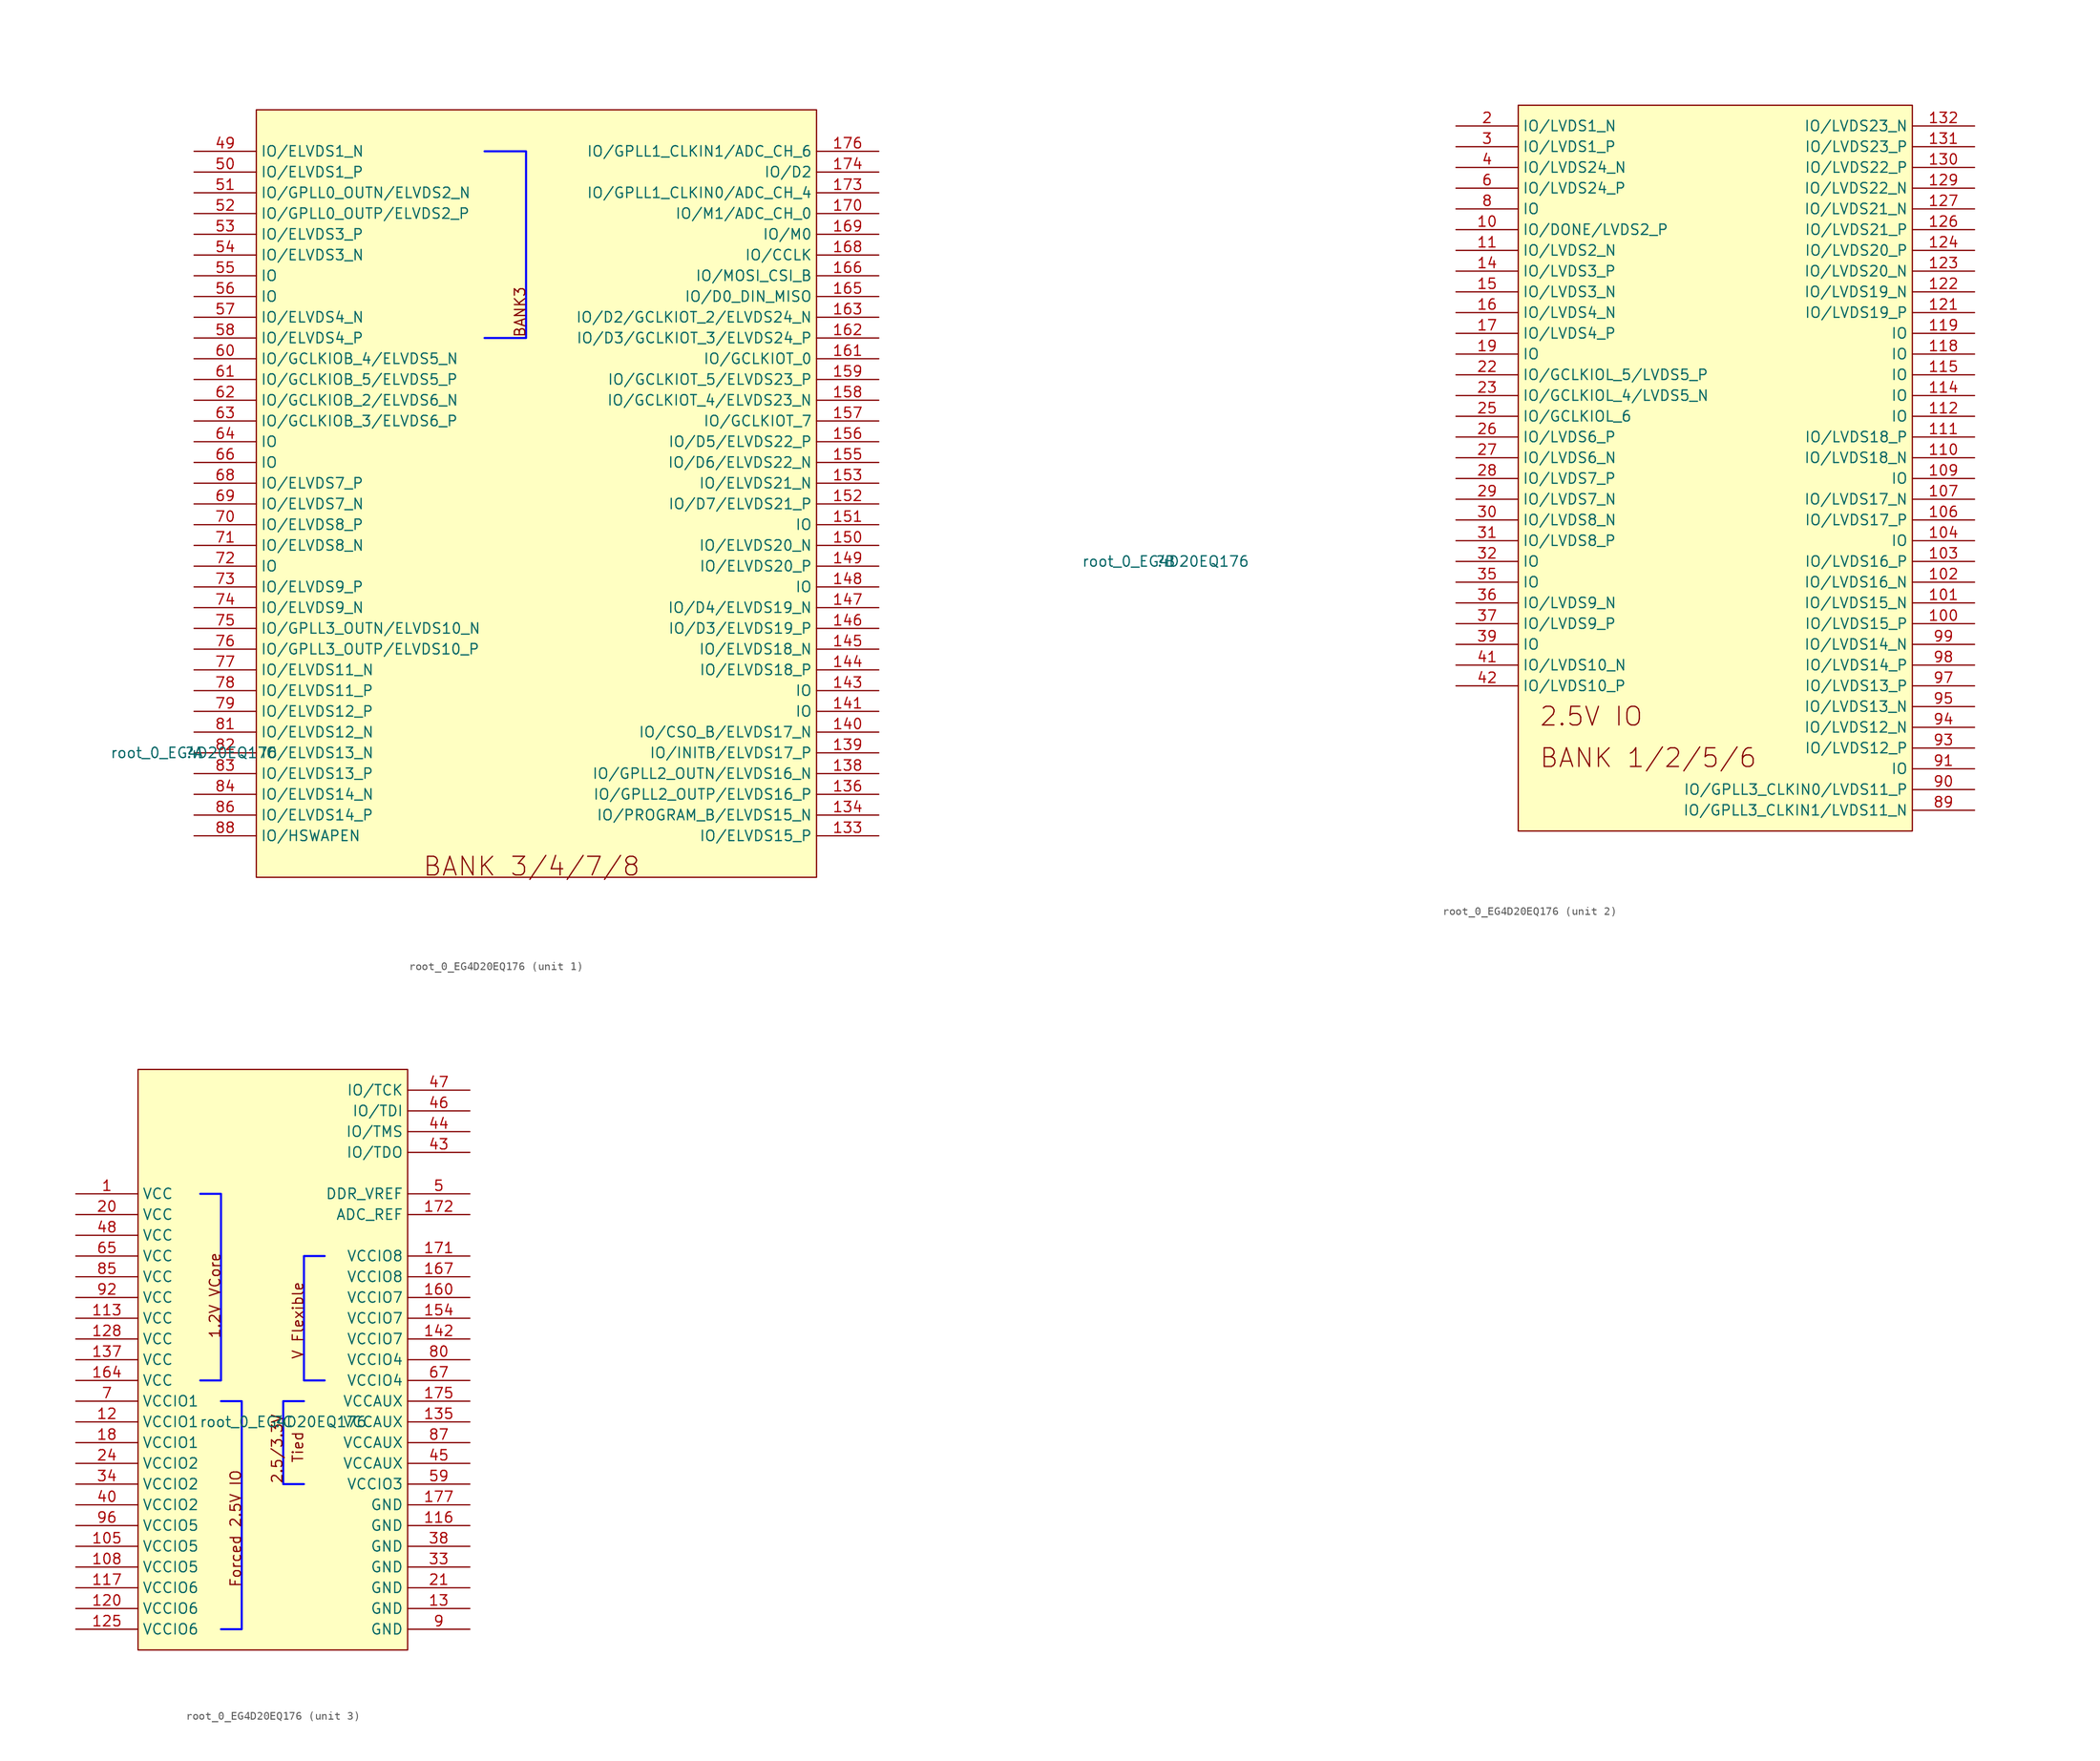
<source format=kicad_sym>
(kicad_symbol_lib
  (version 20220914)
  (generator kicad_symbol_editor)
  (symbol "root_0_EG4D20EQ176"
    (property "Reference" ""
      (at 0 0 0)
      (effects (font (size 1.27 1.27))))
    (property "Value" "root_0_EG4D20EQ176"
      (at 0 0 0)
      (effects (font (size 1.27 1.27))))
    (symbol "root_0_EG4D20EQ176_1_0"
      (polyline (pts (xy 35.56 73.66) (xy 40.64 73.66) (xy 40.64 50.8) (xy 35.56 50.8)) (stroke (width 0.254) (type solid) (color 0 0 255 1)) (fill (type none)))
      (rectangle (start 76.2 78.74) (end 7.62 -15.24) (stroke (width 0) (type solid)) (fill (type background)))
      (text "BANK 3/4/7/8" (at 27.94 -15.24 0) (effects (font (size 2.286 2.286)) (justify left bottom)))
      (text "BANK3" (at 40.64 50.8 900) (effects (font (size 1.27 1.27)) (justify left bottom)))
      (pin passive line (at 83.82 -10.16 180) (length 7.62) (name "IO/ELVDS15_P" (effects (font (size 1.27 1.27)))) (number "133" (effects (font (size 1.27 1.27)))))
      (pin passive line (at 83.82 -7.62 180) (length 7.62) (name "IO/PROGRAM_B/ELVDS15_N" (effects (font (size 1.27 1.27)))) (number "134" (effects (font (size 1.27 1.27)))))
      (pin passive line (at 83.82 -5.08 180) (length 7.62) (name "IO/GPLL2_OUTP/ELVDS16_P" (effects (font (size 1.27 1.27)))) (number "136" (effects (font (size 1.27 1.27)))))
      (pin passive line (at 83.82 -2.54 180) (length 7.62) (name "IO/GPLL2_OUTN/ELVDS16_N" (effects (font (size 1.27 1.27)))) (number "138" (effects (font (size 1.27 1.27)))))
      (pin passive line (at 83.82 0 180) (length 7.62) (name "IO/INITB/ELVDS17_P" (effects (font (size 1.27 1.27)))) (number "139" (effects (font (size 1.27 1.27)))))
      (pin passive line (at 83.82 2.54 180) (length 7.62) (name "IO/CSO_B/ELVDS17_N" (effects (font (size 1.27 1.27)))) (number "140" (effects (font (size 1.27 1.27)))))
      (pin passive line (at 83.82 5.08 180) (length 7.62) (name "IO" (effects (font (size 1.27 1.27)))) (number "141" (effects (font (size 1.27 1.27)))))
      (pin passive line (at 83.82 7.62 180) (length 7.62) (name "IO" (effects (font (size 1.27 1.27)))) (number "143" (effects (font (size 1.27 1.27)))))
      (pin passive line (at 83.82 10.16 180) (length 7.62) (name "IO/ELVDS18_P" (effects (font (size 1.27 1.27)))) (number "144" (effects (font (size 1.27 1.27)))))
      (pin passive line (at 83.82 12.7 180) (length 7.62) (name "IO/ELVDS18_N" (effects (font (size 1.27 1.27)))) (number "145" (effects (font (size 1.27 1.27)))))
      (pin passive line (at 83.82 15.24 180) (length 7.62) (name "IO/D3/ELVDS19_P" (effects (font (size 1.27 1.27)))) (number "146" (effects (font (size 1.27 1.27)))))
      (pin passive line (at 83.82 17.78 180) (length 7.62) (name "IO/D4/ELVDS19_N" (effects (font (size 1.27 1.27)))) (number "147" (effects (font (size 1.27 1.27)))))
      (pin passive line (at 83.82 20.32 180) (length 7.62) (name "IO" (effects (font (size 1.27 1.27)))) (number "148" (effects (font (size 1.27 1.27)))))
      (pin passive line (at 83.82 22.86 180) (length 7.62) (name "IO/ELVDS20_P" (effects (font (size 1.27 1.27)))) (number "149" (effects (font (size 1.27 1.27)))))
      (pin passive line (at 83.82 25.4 180) (length 7.62) (name "IO/ELVDS20_N" (effects (font (size 1.27 1.27)))) (number "150" (effects (font (size 1.27 1.27)))))
      (pin passive line (at 83.82 27.94 180) (length 7.62) (name "IO" (effects (font (size 1.27 1.27)))) (number "151" (effects (font (size 1.27 1.27)))))
      (pin passive line (at 83.82 30.48 180) (length 7.62) (name "IO/D7/ELVDS21_P" (effects (font (size 1.27 1.27)))) (number "152" (effects (font (size 1.27 1.27)))))
      (pin passive line (at 83.82 33.02 180) (length 7.62) (name "IO/ELVDS21_N" (effects (font (size 1.27 1.27)))) (number "153" (effects (font (size 1.27 1.27)))))
      (pin passive line (at 83.82 35.56 180) (length 7.62) (name "IO/D6/ELVDS22_N" (effects (font (size 1.27 1.27)))) (number "155" (effects (font (size 1.27 1.27)))))
      (pin passive line (at 83.82 38.1 180) (length 7.62) (name "IO/D5/ELVDS22_P" (effects (font (size 1.27 1.27)))) (number "156" (effects (font (size 1.27 1.27)))))
      (pin passive line (at 83.82 40.64 180) (length 7.62) (name "IO/GCLKIOT_7" (effects (font (size 1.27 1.27)))) (number "157" (effects (font (size 1.27 1.27)))))
      (pin passive line (at 83.82 43.18 180) (length 7.62) (name "IO/GCLKIOT_4/ELVDS23_N" (effects (font (size 1.27 1.27)))) (number "158" (effects (font (size 1.27 1.27)))))
      (pin passive line (at 83.82 45.72 180) (length 7.62) (name "IO/GCLKIOT_5/ELVDS23_P" (effects (font (size 1.27 1.27)))) (number "159" (effects (font (size 1.27 1.27)))))
      (pin passive line (at 83.82 48.26 180) (length 7.62) (name "IO/GCLKIOT_0" (effects (font (size 1.27 1.27)))) (number "161" (effects (font (size 1.27 1.27)))))
      (pin passive line (at 83.82 50.8 180) (length 7.62) (name "IO/D3/GCLKIOT_3/ELVDS24_P" (effects (font (size 1.27 1.27)))) (number "162" (effects (font (size 1.27 1.27)))))
      (pin passive line (at 83.82 53.34 180) (length 7.62) (name "IO/D2/GCLKIOT_2/ELVDS24_N" (effects (font (size 1.27 1.27)))) (number "163" (effects (font (size 1.27 1.27)))))
      (pin passive line (at 83.82 55.88 180) (length 7.62) (name "IO/D0_DIN_MISO" (effects (font (size 1.27 1.27)))) (number "165" (effects (font (size 1.27 1.27)))))
      (pin passive line (at 83.82 58.42 180) (length 7.62) (name "IO/MOSI_CSI_B" (effects (font (size 1.27 1.27)))) (number "166" (effects (font (size 1.27 1.27)))))
      (pin passive line (at 83.82 60.96 180) (length 7.62) (name "IO/CCLK" (effects (font (size 1.27 1.27)))) (number "168" (effects (font (size 1.27 1.27)))))
      (pin passive line (at 83.82 63.5 180) (length 7.62) (name "IO/M0" (effects (font (size 1.27 1.27)))) (number "169" (effects (font (size 1.27 1.27)))))
      (pin passive line (at 83.82 66.04 180) (length 7.62) (name "IO/M1/ADC_CH_0" (effects (font (size 1.27 1.27)))) (number "170" (effects (font (size 1.27 1.27)))))
      (pin passive line (at 83.82 68.58 180) (length 7.62) (name "IO/GPLL1_CLKIN0/ADC_CH_4" (effects (font (size 1.27 1.27)))) (number "173" (effects (font (size 1.27 1.27)))))
      (pin passive line (at 83.82 71.12 180) (length 7.62) (name "IO/D2" (effects (font (size 1.27 1.27)))) (number "174" (effects (font (size 1.27 1.27)))))
      (pin passive line (at 83.82 73.66 180) (length 7.62) (name "IO/GPLL1_CLKIN1/ADC_CH_6" (effects (font (size 1.27 1.27)))) (number "176" (effects (font (size 1.27 1.27)))))
      (pin passive line (at 0 73.66 0) (length 7.62) (name "IO/ELVDS1_N" (effects (font (size 1.27 1.27)))) (number "49" (effects (font (size 1.27 1.27)))))
      (pin passive line (at 0 71.12 0) (length 7.62) (name "IO/ELVDS1_P" (effects (font (size 1.27 1.27)))) (number "50" (effects (font (size 1.27 1.27)))))
      (pin passive line (at 0 68.58 0) (length 7.62) (name "IO/GPLL0_OUTN/ELVDS2_N" (effects (font (size 1.27 1.27)))) (number "51" (effects (font (size 1.27 1.27)))))
      (pin passive line (at 0 66.04 0) (length 7.62) (name "IO/GPLL0_OUTP/ELVDS2_P" (effects (font (size 1.27 1.27)))) (number "52" (effects (font (size 1.27 1.27)))))
      (pin passive line (at 0 63.5 0) (length 7.62) (name "IO/ELVDS3_P" (effects (font (size 1.27 1.27)))) (number "53" (effects (font (size 1.27 1.27)))))
      (pin passive line (at 0 60.96 0) (length 7.62) (name "IO/ELVDS3_N" (effects (font (size 1.27 1.27)))) (number "54" (effects (font (size 1.27 1.27)))))
      (pin passive line (at 0 58.42 0) (length 7.62) (name "IO" (effects (font (size 1.27 1.27)))) (number "55" (effects (font (size 1.27 1.27)))))
      (pin passive line (at 0 55.88 0) (length 7.62) (name "IO" (effects (font (size 1.27 1.27)))) (number "56" (effects (font (size 1.27 1.27)))))
      (pin passive line (at 0 53.34 0) (length 7.62) (name "IO/ELVDS4_N" (effects (font (size 1.27 1.27)))) (number "57" (effects (font (size 1.27 1.27)))))
      (pin passive line (at 0 50.8 0) (length 7.62) (name "IO/ELVDS4_P" (effects (font (size 1.27 1.27)))) (number "58" (effects (font (size 1.27 1.27)))))
      (pin passive line (at 0 48.26 0) (length 7.62) (name "IO/GCLKIOB_4/ELVDS5_N" (effects (font (size 1.27 1.27)))) (number "60" (effects (font (size 1.27 1.27)))))
      (pin passive line (at 0 45.72 0) (length 7.62) (name "IO/GCLKIOB_5/ELVDS5_P" (effects (font (size 1.27 1.27)))) (number "61" (effects (font (size 1.27 1.27)))))
      (pin passive line (at 0 43.18 0) (length 7.62) (name "IO/GCLKIOB_2/ELVDS6_N" (effects (font (size 1.27 1.27)))) (number "62" (effects (font (size 1.27 1.27)))))
      (pin passive line (at 0 40.64 0) (length 7.62) (name "IO/GCLKIOB_3/ELVDS6_P" (effects (font (size 1.27 1.27)))) (number "63" (effects (font (size 1.27 1.27)))))
      (pin passive line (at 0 38.1 0) (length 7.62) (name "IO" (effects (font (size 1.27 1.27)))) (number "64" (effects (font (size 1.27 1.27)))))
      (pin passive line (at 0 35.56 0) (length 7.62) (name "IO" (effects (font (size 1.27 1.27)))) (number "66" (effects (font (size 1.27 1.27)))))
      (pin passive line (at 0 33.02 0) (length 7.62) (name "IO/ELVDS7_P" (effects (font (size 1.27 1.27)))) (number "68" (effects (font (size 1.27 1.27)))))
      (pin passive line (at 0 30.48 0) (length 7.62) (name "IO/ELVDS7_N" (effects (font (size 1.27 1.27)))) (number "69" (effects (font (size 1.27 1.27)))))
      (pin passive line (at 0 27.94 0) (length 7.62) (name "IO/ELVDS8_P" (effects (font (size 1.27 1.27)))) (number "70" (effects (font (size 1.27 1.27)))))
      (pin passive line (at 0 25.4 0) (length 7.62) (name "IO/ELVDS8_N" (effects (font (size 1.27 1.27)))) (number "71" (effects (font (size 1.27 1.27)))))
      (pin passive line (at 0 22.86 0) (length 7.62) (name "IO" (effects (font (size 1.27 1.27)))) (number "72" (effects (font (size 1.27 1.27)))))
      (pin passive line (at 0 20.32 0) (length 7.62) (name "IO/ELVDS9_P" (effects (font (size 1.27 1.27)))) (number "73" (effects (font (size 1.27 1.27)))))
      (pin passive line (at 0 17.78 0) (length 7.62) (name "IO/ELVDS9_N" (effects (font (size 1.27 1.27)))) (number "74" (effects (font (size 1.27 1.27)))))
      (pin passive line (at 0 15.24 0) (length 7.62) (name "IO/GPLL3_OUTN/ELVDS10_N" (effects (font (size 1.27 1.27)))) (number "75" (effects (font (size 1.27 1.27)))))
      (pin passive line (at 0 12.7 0) (length 7.62) (name "IO/GPLL3_OUTP/ELVDS10_P" (effects (font (size 1.27 1.27)))) (number "76" (effects (font (size 1.27 1.27)))))
      (pin passive line (at 0 10.16 0) (length 7.62) (name "IO/ELVDS11_N" (effects (font (size 1.27 1.27)))) (number "77" (effects (font (size 1.27 1.27)))))
      (pin passive line (at 0 7.62 0) (length 7.62) (name "IO/ELVDS11_P" (effects (font (size 1.27 1.27)))) (number "78" (effects (font (size 1.27 1.27)))))
      (pin passive line (at 0 5.08 0) (length 7.62) (name "IO/ELVDS12_P" (effects (font (size 1.27 1.27)))) (number "79" (effects (font (size 1.27 1.27)))))
      (pin passive line (at 0 2.54 0) (length 7.62) (name "IO/ELVDS12_N" (effects (font (size 1.27 1.27)))) (number "81" (effects (font (size 1.27 1.27)))))
      (pin passive line (at 0 0 0) (length 7.62) (name "IO/ELVDS13_N" (effects (font (size 1.27 1.27)))) (number "82" (effects (font (size 1.27 1.27)))))
      (pin passive line (at 0 -2.54 0) (length 7.62) (name "IO/ELVDS13_P" (effects (font (size 1.27 1.27)))) (number "83" (effects (font (size 1.27 1.27)))))
      (pin passive line (at 0 -5.08 0) (length 7.62) (name "IO/ELVDS14_N" (effects (font (size 1.27 1.27)))) (number "84" (effects (font (size 1.27 1.27)))))
      (pin passive line (at 0 -7.62 0) (length 7.62) (name "IO/ELVDS14_P" (effects (font (size 1.27 1.27)))) (number "86" (effects (font (size 1.27 1.27)))))
      (pin passive line (at 0 -10.16 0) (length 7.62) (name "IO/HSWAPEN" (effects (font (size 1.27 1.27)))) (number "88" (effects (font (size 1.27 1.27))))))
    (symbol "root_0_EG4D20EQ176_2_0"
      (rectangle (start 91.44 55.88) (end 43.18 -33.02) (stroke (width 0) (type solid)) (fill (type background)))
      (text "2.5V IO" (at 45.72 -20.32 0) (effects (font (size 2.286 2.286)) (justify left bottom)))
      (text "BANK 1/2/5/6" (at 45.72 -25.4 0) (effects (font (size 2.286 2.286)) (justify left bottom)))
      (pin passive line (at 35.56 40.64 0) (length 7.62) (name "IO/DONE/LVDS2_P" (effects (font (size 1.27 1.27)))) (number "10" (effects (font (size 1.27 1.27)))))
      (pin passive line (at 99.06 -7.62 180) (length 7.62) (name "IO/LVDS15_P" (effects (font (size 1.27 1.27)))) (number "100" (effects (font (size 1.27 1.27)))))
      (pin passive line (at 99.06 -5.08 180) (length 7.62) (name "IO/LVDS15_N" (effects (font (size 1.27 1.27)))) (number "101" (effects (font (size 1.27 1.27)))))
      (pin passive line (at 99.06 -2.54 180) (length 7.62) (name "IO/LVDS16_N" (effects (font (size 1.27 1.27)))) (number "102" (effects (font (size 1.27 1.27)))))
      (pin passive line (at 99.06 0 180) (length 7.62) (name "IO/LVDS16_P" (effects (font (size 1.27 1.27)))) (number "103" (effects (font (size 1.27 1.27)))))
      (pin passive line (at 99.06 2.54 180) (length 7.62) (name "IO" (effects (font (size 1.27 1.27)))) (number "104" (effects (font (size 1.27 1.27)))))
      (pin passive line (at 99.06 5.08 180) (length 7.62) (name "IO/LVDS17_P" (effects (font (size 1.27 1.27)))) (number "106" (effects (font (size 1.27 1.27)))))
      (pin passive line (at 99.06 7.62 180) (length 7.62) (name "IO/LVDS17_N" (effects (font (size 1.27 1.27)))) (number "107" (effects (font (size 1.27 1.27)))))
      (pin passive line (at 99.06 10.16 180) (length 7.62) (name "IO" (effects (font (size 1.27 1.27)))) (number "109" (effects (font (size 1.27 1.27)))))
      (pin passive line (at 35.56 38.1 0) (length 7.62) (name "IO/LVDS2_N" (effects (font (size 1.27 1.27)))) (number "11" (effects (font (size 1.27 1.27)))))
      (pin passive line (at 99.06 12.7 180) (length 7.62) (name "IO/LVDS18_N" (effects (font (size 1.27 1.27)))) (number "110" (effects (font (size 1.27 1.27)))))
      (pin passive line (at 99.06 15.24 180) (length 7.62) (name "IO/LVDS18_P" (effects (font (size 1.27 1.27)))) (number "111" (effects (font (size 1.27 1.27)))))
      (pin passive line (at 99.06 17.78 180) (length 7.62) (name "IO" (effects (font (size 1.27 1.27)))) (number "112" (effects (font (size 1.27 1.27)))))
      (pin passive line (at 99.06 20.32 180) (length 7.62) (name "IO" (effects (font (size 1.27 1.27)))) (number "114" (effects (font (size 1.27 1.27)))))
      (pin passive line (at 99.06 22.86 180) (length 7.62) (name "IO" (effects (font (size 1.27 1.27)))) (number "115" (effects (font (size 1.27 1.27)))))
      (pin passive line (at 99.06 25.4 180) (length 7.62) (name "IO" (effects (font (size 1.27 1.27)))) (number "118" (effects (font (size 1.27 1.27)))))
      (pin passive line (at 99.06 27.94 180) (length 7.62) (name "IO" (effects (font (size 1.27 1.27)))) (number "119" (effects (font (size 1.27 1.27)))))
      (pin passive line (at 99.06 30.48 180) (length 7.62) (name "IO/LVDS19_P" (effects (font (size 1.27 1.27)))) (number "121" (effects (font (size 1.27 1.27)))))
      (pin passive line (at 99.06 33.02 180) (length 7.62) (name "IO/LVDS19_N" (effects (font (size 1.27 1.27)))) (number "122" (effects (font (size 1.27 1.27)))))
      (pin passive line (at 99.06 35.56 180) (length 7.62) (name "IO/LVDS20_N" (effects (font (size 1.27 1.27)))) (number "123" (effects (font (size 1.27 1.27)))))
      (pin passive line (at 99.06 38.1 180) (length 7.62) (name "IO/LVDS20_P" (effects (font (size 1.27 1.27)))) (number "124" (effects (font (size 1.27 1.27)))))
      (pin passive line (at 99.06 40.64 180) (length 7.62) (name "IO/LVDS21_P" (effects (font (size 1.27 1.27)))) (number "126" (effects (font (size 1.27 1.27)))))
      (pin passive line (at 99.06 43.18 180) (length 7.62) (name "IO/LVDS21_N" (effects (font (size 1.27 1.27)))) (number "127" (effects (font (size 1.27 1.27)))))
      (pin passive line (at 99.06 45.72 180) (length 7.62) (name "IO/LVDS22_N" (effects (font (size 1.27 1.27)))) (number "129" (effects (font (size 1.27 1.27)))))
      (pin passive line (at 99.06 48.26 180) (length 7.62) (name "IO/LVDS22_P" (effects (font (size 1.27 1.27)))) (number "130" (effects (font (size 1.27 1.27)))))
      (pin passive line (at 99.06 50.8 180) (length 7.62) (name "IO/LVDS23_P" (effects (font (size 1.27 1.27)))) (number "131" (effects (font (size 1.27 1.27)))))
      (pin passive line (at 99.06 53.34 180) (length 7.62) (name "IO/LVDS23_N" (effects (font (size 1.27 1.27)))) (number "132" (effects (font (size 1.27 1.27)))))
      (pin passive line (at 35.56 35.56 0) (length 7.62) (name "IO/LVDS3_P" (effects (font (size 1.27 1.27)))) (number "14" (effects (font (size 1.27 1.27)))))
      (pin passive line (at 35.56 33.02 0) (length 7.62) (name "IO/LVDS3_N" (effects (font (size 1.27 1.27)))) (number "15" (effects (font (size 1.27 1.27)))))
      (pin passive line (at 35.56 30.48 0) (length 7.62) (name "IO/LVDS4_N" (effects (font (size 1.27 1.27)))) (number "16" (effects (font (size 1.27 1.27)))))
      (pin passive line (at 35.56 27.94 0) (length 7.62) (name "IO/LVDS4_P" (effects (font (size 1.27 1.27)))) (number "17" (effects (font (size 1.27 1.27)))))
      (pin passive line (at 35.56 25.4 0) (length 7.62) (name "IO" (effects (font (size 1.27 1.27)))) (number "19" (effects (font (size 1.27 1.27)))))
      (pin passive line (at 35.56 53.34 0) (length 7.62) (name "IO/LVDS1_N" (effects (font (size 1.27 1.27)))) (number "2" (effects (font (size 1.27 1.27)))))
      (pin passive line (at 35.56 22.86 0) (length 7.62) (name "IO/GCLKIOL_5/LVDS5_P" (effects (font (size 1.27 1.27)))) (number "22" (effects (font (size 1.27 1.27)))))
      (pin passive line (at 35.56 20.32 0) (length 7.62) (name "IO/GCLKIOL_4/LVDS5_N" (effects (font (size 1.27 1.27)))) (number "23" (effects (font (size 1.27 1.27)))))
      (pin passive line (at 35.56 17.78 0) (length 7.62) (name "IO/GCLKIOL_6" (effects (font (size 1.27 1.27)))) (number "25" (effects (font (size 1.27 1.27)))))
      (pin passive line (at 35.56 15.24 0) (length 7.62) (name "IO/LVDS6_P" (effects (font (size 1.27 1.27)))) (number "26" (effects (font (size 1.27 1.27)))))
      (pin passive line (at 35.56 12.7 0) (length 7.62) (name "IO/LVDS6_N" (effects (font (size 1.27 1.27)))) (number "27" (effects (font (size 1.27 1.27)))))
      (pin passive line (at 35.56 10.16 0) (length 7.62) (name "IO/LVDS7_P" (effects (font (size 1.27 1.27)))) (number "28" (effects (font (size 1.27 1.27)))))
      (pin passive line (at 35.56 7.62 0) (length 7.62) (name "IO/LVDS7_N" (effects (font (size 1.27 1.27)))) (number "29" (effects (font (size 1.27 1.27)))))
      (pin passive line (at 35.56 50.8 0) (length 7.62) (name "IO/LVDS1_P" (effects (font (size 1.27 1.27)))) (number "3" (effects (font (size 1.27 1.27)))))
      (pin passive line (at 35.56 5.08 0) (length 7.62) (name "IO/LVDS8_N" (effects (font (size 1.27 1.27)))) (number "30" (effects (font (size 1.27 1.27)))))
      (pin passive line (at 35.56 2.54 0) (length 7.62) (name "IO/LVDS8_P" (effects (font (size 1.27 1.27)))) (number "31" (effects (font (size 1.27 1.27)))))
      (pin passive line (at 35.56 0 0) (length 7.62) (name "IO" (effects (font (size 1.27 1.27)))) (number "32" (effects (font (size 1.27 1.27)))))
      (pin passive line (at 35.56 -2.54 0) (length 7.62) (name "IO" (effects (font (size 1.27 1.27)))) (number "35" (effects (font (size 1.27 1.27)))))
      (pin passive line (at 35.56 -5.08 0) (length 7.62) (name "IO/LVDS9_N" (effects (font (size 1.27 1.27)))) (number "36" (effects (font (size 1.27 1.27)))))
      (pin passive line (at 35.56 -7.62 0) (length 7.62) (name "IO/LVDS9_P" (effects (font (size 1.27 1.27)))) (number "37" (effects (font (size 1.27 1.27)))))
      (pin passive line (at 35.56 -10.16 0) (length 7.62) (name "IO" (effects (font (size 1.27 1.27)))) (number "39" (effects (font (size 1.27 1.27)))))
      (pin passive line (at 35.56 48.26 0) (length 7.62) (name "IO/LVDS24_N" (effects (font (size 1.27 1.27)))) (number "4" (effects (font (size 1.27 1.27)))))
      (pin passive line (at 35.56 -12.7 0) (length 7.62) (name "IO/LVDS10_N" (effects (font (size 1.27 1.27)))) (number "41" (effects (font (size 1.27 1.27)))))
      (pin passive line (at 35.56 -15.24 0) (length 7.62) (name "IO/LVDS10_P" (effects (font (size 1.27 1.27)))) (number "42" (effects (font (size 1.27 1.27)))))
      (pin passive line (at 35.56 45.72 0) (length 7.62) (name "IO/LVDS24_P" (effects (font (size 1.27 1.27)))) (number "6" (effects (font (size 1.27 1.27)))))
      (pin passive line (at 35.56 43.18 0) (length 7.62) (name "IO" (effects (font (size 1.27 1.27)))) (number "8" (effects (font (size 1.27 1.27)))))
      (pin passive line (at 99.06 -30.48 180) (length 7.62) (name "IO/GPLL3_CLKIN1/LVDS11_N" (effects (font (size 1.27 1.27)))) (number "89" (effects (font (size 1.27 1.27)))))
      (pin passive line (at 99.06 -27.94 180) (length 7.62) (name "IO/GPLL3_CLKIN0/LVDS11_P" (effects (font (size 1.27 1.27)))) (number "90" (effects (font (size 1.27 1.27)))))
      (pin passive line (at 99.06 -25.4 180) (length 7.62) (name "IO" (effects (font (size 1.27 1.27)))) (number "91" (effects (font (size 1.27 1.27)))))
      (pin passive line (at 99.06 -22.86 180) (length 7.62) (name "IO/LVDS12_P" (effects (font (size 1.27 1.27)))) (number "93" (effects (font (size 1.27 1.27)))))
      (pin passive line (at 99.06 -20.32 180) (length 7.62) (name "IO/LVDS12_N" (effects (font (size 1.27 1.27)))) (number "94" (effects (font (size 1.27 1.27)))))
      (pin passive line (at 99.06 -17.78 180) (length 7.62) (name "IO/LVDS13_N" (effects (font (size 1.27 1.27)))) (number "95" (effects (font (size 1.27 1.27)))))
      (pin passive line (at 99.06 -15.24 180) (length 7.62) (name "IO/LVDS13_P" (effects (font (size 1.27 1.27)))) (number "97" (effects (font (size 1.27 1.27)))))
      (pin passive line (at 99.06 -12.7 180) (length 7.62) (name "IO/LVDS14_P" (effects (font (size 1.27 1.27)))) (number "98" (effects (font (size 1.27 1.27)))))
      (pin passive line (at 99.06 -10.16 180) (length 7.62) (name "IO/LVDS14_N" (effects (font (size 1.27 1.27)))) (number "99" (effects (font (size 1.27 1.27))))))
    (symbol "root_0_EG4D20EQ176_3_0"
      (polyline (pts (xy -10.16 27.94) (xy -7.62 27.94) (xy -7.62 5.08) (xy -10.16 5.08)) (stroke (width 0.254) (type solid) (color 0 0 255 1)) (fill (type none)))
      (polyline (pts (xy -7.62 2.54) (xy -5.08 2.54) (xy -5.08 -25.4) (xy -7.62 -25.4)) (stroke (width 0.254) (type solid) (color 0 0 255 1)) (fill (type none)))
      (polyline (pts (xy 2.54 2.54) (xy 0 2.54) (xy 0 -7.62) (xy 2.54 -7.62)) (stroke (width 0.254) (type solid) (color 0 0 255 1)) (fill (type none)))
      (polyline (pts (xy 5.08 20.32) (xy 2.54 20.32) (xy 2.54 5.08) (xy 5.08 5.08)) (stroke (width 0.254) (type solid) (color 0 0 255 1)) (fill (type none)))
      (rectangle (start 15.24 43.18) (end -17.78 -27.94) (stroke (width 0) (type solid)) (fill (type background)))
      (text "1.2V VCore" (at -7.62 10.16 900) (effects (font (size 1.27 1.27)) (justify left bottom)))
      (text "2.5/3.3V" (at 0 -7.62 900) (effects (font (size 1.27 1.27)) (justify left bottom)))
      (text "Forced 2.5V IO" (at -5.08 -20.32 900) (effects (font (size 1.27 1.27)) (justify left bottom)))
      (text "Tied" (at 2.54 -5.08 900) (effects (font (size 1.27 1.27)) (justify left bottom)))
      (text "V Flexible" (at 2.54 7.62 900) (effects (font (size 1.27 1.27)) (justify left bottom)))
      (pin passive line (at -25.4 27.94 0) (length 7.62) (name "VCC" (effects (font (size 1.27 1.27)))) (number "1" (effects (font (size 1.27 1.27)))))
      (pin passive line (at -25.4 -15.24 0) (length 7.62) (name "VCCIO5" (effects (font (size 1.27 1.27)))) (number "105" (effects (font (size 1.27 1.27)))))
      (pin passive line (at -25.4 -17.78 0) (length 7.62) (name "VCCIO5" (effects (font (size 1.27 1.27)))) (number "108" (effects (font (size 1.27 1.27)))))
      (pin passive line (at -25.4 12.7 0) (length 7.62) (name "VCC" (effects (font (size 1.27 1.27)))) (number "113" (effects (font (size 1.27 1.27)))))
      (pin passive line (at 22.86 -12.7 180) (length 7.62) (name "GND" (effects (font (size 1.27 1.27)))) (number "116" (effects (font (size 1.27 1.27)))))
      (pin passive line (at -25.4 -20.32 0) (length 7.62) (name "VCCIO6" (effects (font (size 1.27 1.27)))) (number "117" (effects (font (size 1.27 1.27)))))
      (pin passive line (at -25.4 0 0) (length 7.62) (name "VCCIO1" (effects (font (size 1.27 1.27)))) (number "12" (effects (font (size 1.27 1.27)))))
      (pin passive line (at -25.4 -22.86 0) (length 7.62) (name "VCCIO6" (effects (font (size 1.27 1.27)))) (number "120" (effects (font (size 1.27 1.27)))))
      (pin passive line (at -25.4 -25.4 0) (length 7.62) (name "VCCIO6" (effects (font (size 1.27 1.27)))) (number "125" (effects (font (size 1.27 1.27)))))
      (pin passive line (at -25.4 10.16 0) (length 7.62) (name "VCC" (effects (font (size 1.27 1.27)))) (number "128" (effects (font (size 1.27 1.27)))))
      (pin passive line (at 22.86 -22.86 180) (length 7.62) (name "GND" (effects (font (size 1.27 1.27)))) (number "13" (effects (font (size 1.27 1.27)))))
      (pin passive line (at 22.86 0 180) (length 7.62) (name "VCCAUX" (effects (font (size 1.27 1.27)))) (number "135" (effects (font (size 1.27 1.27)))))
      (pin passive line (at -25.4 7.62 0) (length 7.62) (name "VCC" (effects (font (size 1.27 1.27)))) (number "137" (effects (font (size 1.27 1.27)))))
      (pin passive line (at 22.86 10.16 180) (length 7.62) (name "VCCIO7" (effects (font (size 1.27 1.27)))) (number "142" (effects (font (size 1.27 1.27)))))
      (pin passive line (at 22.86 12.7 180) (length 7.62) (name "VCCIO7" (effects (font (size 1.27 1.27)))) (number "154" (effects (font (size 1.27 1.27)))))
      (pin passive line (at 22.86 15.24 180) (length 7.62) (name "VCCIO7" (effects (font (size 1.27 1.27)))) (number "160" (effects (font (size 1.27 1.27)))))
      (pin passive line (at -25.4 5.08 0) (length 7.62) (name "VCC" (effects (font (size 1.27 1.27)))) (number "164" (effects (font (size 1.27 1.27)))))
      (pin passive line (at 22.86 17.78 180) (length 7.62) (name "VCCIO8" (effects (font (size 1.27 1.27)))) (number "167" (effects (font (size 1.27 1.27)))))
      (pin passive line (at 22.86 20.32 180) (length 7.62) (name "VCCIO8" (effects (font (size 1.27 1.27)))) (number "171" (effects (font (size 1.27 1.27)))))
      (pin passive line (at 22.86 25.4 180) (length 7.62) (name "ADC_REF" (effects (font (size 1.27 1.27)))) (number "172" (effects (font (size 1.27 1.27)))))
      (pin passive line (at 22.86 2.54 180) (length 7.62) (name "VCCAUX" (effects (font (size 1.27 1.27)))) (number "175" (effects (font (size 1.27 1.27)))))
      (pin passive line (at 22.86 -10.16 180) (length 7.62) (name "GND" (effects (font (size 1.27 1.27)))) (number "177" (effects (font (size 1.27 1.27)))))
      (pin passive line (at -25.4 -2.54 0) (length 7.62) (name "VCCIO1" (effects (font (size 1.27 1.27)))) (number "18" (effects (font (size 1.27 1.27)))))
      (pin passive line (at -25.4 25.4 0) (length 7.62) (name "VCC" (effects (font (size 1.27 1.27)))) (number "20" (effects (font (size 1.27 1.27)))))
      (pin passive line (at 22.86 -20.32 180) (length 7.62) (name "GND" (effects (font (size 1.27 1.27)))) (number "21" (effects (font (size 1.27 1.27)))))
      (pin passive line (at -25.4 -5.08 0) (length 7.62) (name "VCCIO2" (effects (font (size 1.27 1.27)))) (number "24" (effects (font (size 1.27 1.27)))))
      (pin passive line (at 22.86 -17.78 180) (length 7.62) (name "GND" (effects (font (size 1.27 1.27)))) (number "33" (effects (font (size 1.27 1.27)))))
      (pin passive line (at -25.4 -7.62 0) (length 7.62) (name "VCCIO2" (effects (font (size 1.27 1.27)))) (number "34" (effects (font (size 1.27 1.27)))))
      (pin passive line (at 22.86 -15.24 180) (length 7.62) (name "GND" (effects (font (size 1.27 1.27)))) (number "38" (effects (font (size 1.27 1.27)))))
      (pin passive line (at -25.4 -10.16 0) (length 7.62) (name "VCCIO2" (effects (font (size 1.27 1.27)))) (number "40" (effects (font (size 1.27 1.27)))))
      (pin passive line (at 22.86 33.02 180) (length 7.62) (name "IO/TDO" (effects (font (size 1.27 1.27)))) (number "43" (effects (font (size 1.27 1.27)))))
      (pin passive line (at 22.86 35.56 180) (length 7.62) (name "IO/TMS" (effects (font (size 1.27 1.27)))) (number "44" (effects (font (size 1.27 1.27)))))
      (pin passive line (at 22.86 -5.08 180) (length 7.62) (name "VCCAUX" (effects (font (size 1.27 1.27)))) (number "45" (effects (font (size 1.27 1.27)))))
      (pin passive line (at 22.86 38.1 180) (length 7.62) (name "IO/TDI" (effects (font (size 1.27 1.27)))) (number "46" (effects (font (size 1.27 1.27)))))
      (pin passive line (at 22.86 40.64 180) (length 7.62) (name "IO/TCK" (effects (font (size 1.27 1.27)))) (number "47" (effects (font (size 1.27 1.27)))))
      (pin passive line (at -25.4 22.86 0) (length 7.62) (name "VCC" (effects (font (size 1.27 1.27)))) (number "48" (effects (font (size 1.27 1.27)))))
      (pin passive line (at 22.86 27.94 180) (length 7.62) (name "DDR_VREF" (effects (font (size 1.27 1.27)))) (number "5" (effects (font (size 1.27 1.27)))))
      (pin passive line (at 22.86 -7.62 180) (length 7.62) (name "VCCIO3" (effects (font (size 1.27 1.27)))) (number "59" (effects (font (size 1.27 1.27)))))
      (pin passive line (at -25.4 20.32 0) (length 7.62) (name "VCC" (effects (font (size 1.27 1.27)))) (number "65" (effects (font (size 1.27 1.27)))))
      (pin passive line (at 22.86 5.08 180) (length 7.62) (name "VCCIO4" (effects (font (size 1.27 1.27)))) (number "67" (effects (font (size 1.27 1.27)))))
      (pin passive line (at -25.4 2.54 0) (length 7.62) (name "VCCIO1" (effects (font (size 1.27 1.27)))) (number "7" (effects (font (size 1.27 1.27)))))
      (pin passive line (at 22.86 7.62 180) (length 7.62) (name "VCCIO4" (effects (font (size 1.27 1.27)))) (number "80" (effects (font (size 1.27 1.27)))))
      (pin passive line (at -25.4 17.78 0) (length 7.62) (name "VCC" (effects (font (size 1.27 1.27)))) (number "85" (effects (font (size 1.27 1.27)))))
      (pin passive line (at 22.86 -2.54 180) (length 7.62) (name "VCCAUX" (effects (font (size 1.27 1.27)))) (number "87" (effects (font (size 1.27 1.27)))))
      (pin passive line (at 22.86 -25.4 180) (length 7.62) (name "GND" (effects (font (size 1.27 1.27)))) (number "9" (effects (font (size 1.27 1.27)))))
      (pin passive line (at -25.4 15.24 0) (length 7.62) (name "VCC" (effects (font (size 1.27 1.27)))) (number "92" (effects (font (size 1.27 1.27)))))
      (pin passive line (at -25.4 -12.7 0) (length 7.62) (name "VCCIO5" (effects (font (size 1.27 1.27)))) (number "96" (effects (font (size 1.27 1.27))))))))
</source>
